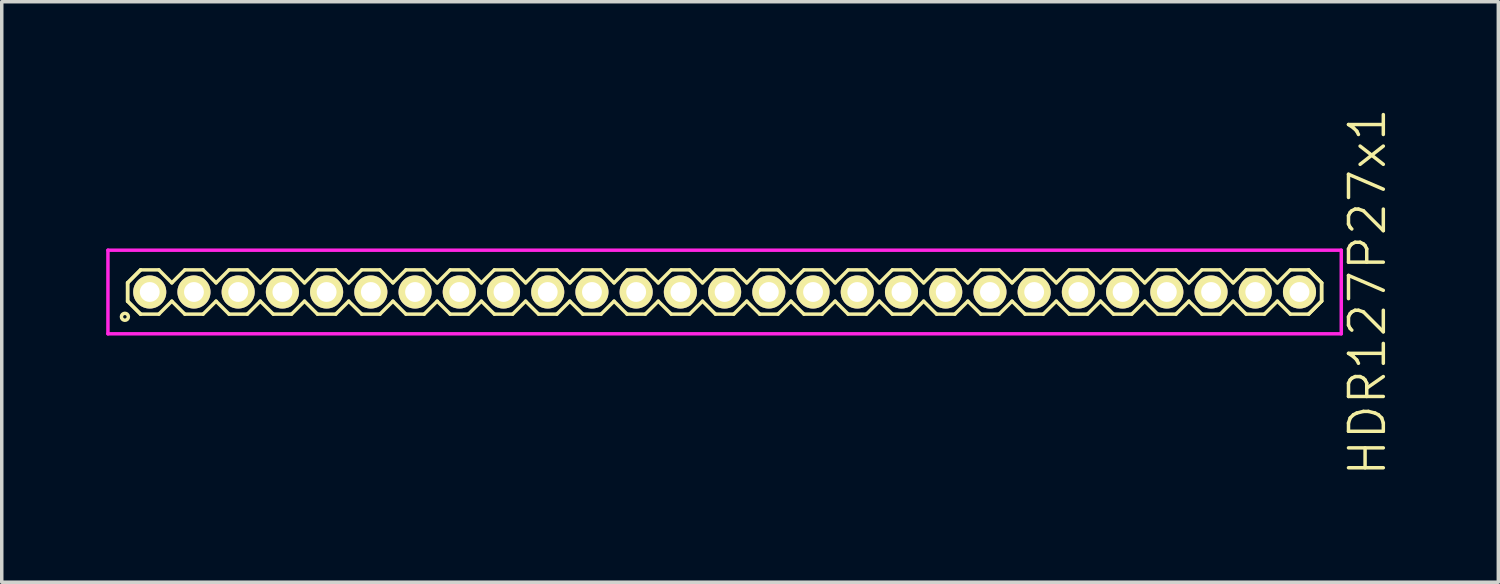
<source format=kicad_pcb>
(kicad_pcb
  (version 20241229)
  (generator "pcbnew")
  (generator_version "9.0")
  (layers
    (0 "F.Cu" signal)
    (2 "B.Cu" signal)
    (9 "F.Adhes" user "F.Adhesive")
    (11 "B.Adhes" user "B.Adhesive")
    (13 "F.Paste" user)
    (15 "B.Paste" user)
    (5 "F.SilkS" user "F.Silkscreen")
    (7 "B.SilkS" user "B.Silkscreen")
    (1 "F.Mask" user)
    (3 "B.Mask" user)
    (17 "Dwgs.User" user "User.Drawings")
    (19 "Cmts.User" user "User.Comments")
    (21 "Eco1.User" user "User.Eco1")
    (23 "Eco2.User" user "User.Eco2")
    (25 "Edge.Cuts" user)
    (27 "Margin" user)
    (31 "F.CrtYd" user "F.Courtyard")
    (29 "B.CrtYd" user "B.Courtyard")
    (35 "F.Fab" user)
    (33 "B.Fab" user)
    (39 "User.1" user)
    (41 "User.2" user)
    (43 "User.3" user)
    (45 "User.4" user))
  (footprint "HDR127P27x1"
    (layer "F.Cu")
    (at 17.76 5.336)
    (property "Reference" "HDR127P27x1" (at 18.46 0 90) (layer "F.SilkS") (effects (font (size 1 1) (thickness 0.1))))
    (attr through_hole)
    (fp_line (start -17.145 -0.263) (end -16.773 -0.635) (stroke (width 0.1) (type solid)) (layer "F.SilkS"))
    (fp_line (start -17.145 -0.263) (end -16.773 -0.635) (stroke (width 0.1) (type solid)) (layer "F.SilkS"))
    (fp_line (start -17.145 0.263) (end -17.145 -0.263) (stroke (width 0.1) (type solid)) (layer "F.SilkS"))
    (fp_line (start -17.145 0.263) (end -17.145 -0.263) (stroke (width 0.1) (type solid)) (layer "F.SilkS"))
    (fp_line (start -16.773 -0.635) (end -16.247 -0.635) (stroke (width 0.1) (type solid)) (layer "F.SilkS"))
    (fp_line (start -16.773 0.635) (end -17.145 0.263) (stroke (width 0.1) (type solid)) (layer "F.SilkS"))
    (fp_line (start -16.773 0.635) (end -17.145 0.263) (stroke (width 0.1) (type solid)) (layer "F.SilkS"))
    (fp_line (start -16.247 -0.635) (end -15.875 -0.263) (stroke (width 0.1) (type solid)) (layer "F.SilkS"))
    (fp_line (start -16.247 0.635) (end -16.773 0.635) (stroke (width 0.1) (type solid)) (layer "F.SilkS"))
    (fp_line (start -15.875 -0.263) (end -15.503 -0.635) (stroke (width 0.1) (type solid)) (layer "F.SilkS"))
    (fp_line (start -15.875 0.263) (end -16.247 0.635) (stroke (width 0.1) (type solid)) (layer "F.SilkS"))
    (fp_line (start -15.503 -0.635) (end -14.977 -0.635) (stroke (width 0.1) (type solid)) (layer "F.SilkS"))
    (fp_line (start -15.503 0.635) (end -15.875 0.263) (stroke (width 0.1) (type solid)) (layer "F.SilkS"))
    (fp_line (start -14.977 -0.635) (end -14.605 -0.263) (stroke (width 0.1) (type solid)) (layer "F.SilkS"))
    (fp_line (start -14.977 0.635) (end -15.503 0.635) (stroke (width 0.1) (type solid)) (layer "F.SilkS"))
    (fp_line (start -14.605 -0.263) (end -14.233 -0.635) (stroke (width 0.1) (type solid)) (layer "F.SilkS"))
    (fp_line (start -14.605 0.263) (end -14.977 0.635) (stroke (width 0.1) (type solid)) (layer "F.SilkS"))
    (fp_line (start -14.233 -0.635) (end -13.707 -0.635) (stroke (width 0.1) (type solid)) (layer "F.SilkS"))
    (fp_line (start -14.233 0.635) (end -14.605 0.263) (stroke (width 0.1) (type solid)) (layer "F.SilkS"))
    (fp_line (start -13.707 -0.635) (end -13.335 -0.263) (stroke (width 0.1) (type solid)) (layer "F.SilkS"))
    (fp_line (start -13.707 0.635) (end -14.233 0.635) (stroke (width 0.1) (type solid)) (layer "F.SilkS"))
    (fp_line (start -13.335 -0.263) (end -12.963 -0.635) (stroke (width 0.1) (type solid)) (layer "F.SilkS"))
    (fp_line (start -13.335 0.263) (end -13.707 0.635) (stroke (width 0.1) (type solid)) (layer "F.SilkS"))
    (fp_line (start -12.963 -0.635) (end -12.437 -0.635) (stroke (width 0.1) (type solid)) (layer "F.SilkS"))
    (fp_line (start -12.963 0.635) (end -13.335 0.263) (stroke (width 0.1) (type solid)) (layer "F.SilkS"))
    (fp_line (start -12.437 -0.635) (end -12.065 -0.263) (stroke (width 0.1) (type solid)) (layer "F.SilkS"))
    (fp_line (start -12.437 0.635) (end -12.963 0.635) (stroke (width 0.1) (type solid)) (layer "F.SilkS"))
    (fp_line (start -12.065 -0.263) (end -11.693 -0.635) (stroke (width 0.1) (type solid)) (layer "F.SilkS"))
    (fp_line (start -12.065 0.263) (end -12.437 0.635) (stroke (width 0.1) (type solid)) (layer "F.SilkS"))
    (fp_line (start -11.693 -0.635) (end -11.167 -0.635) (stroke (width 0.1) (type solid)) (layer "F.SilkS"))
    (fp_line (start -11.693 0.635) (end -12.065 0.263) (stroke (width 0.1) (type solid)) (layer "F.SilkS"))
    (fp_line (start -11.167 -0.635) (end -10.795 -0.263) (stroke (width 0.1) (type solid)) (layer "F.SilkS"))
    (fp_line (start -11.167 0.635) (end -11.693 0.635) (stroke (width 0.1) (type solid)) (layer "F.SilkS"))
    (fp_line (start -10.795 -0.263) (end -10.423 -0.635) (stroke (width 0.1) (type solid)) (layer "F.SilkS"))
    (fp_line (start -10.795 0.263) (end -11.167 0.635) (stroke (width 0.1) (type solid)) (layer "F.SilkS"))
    (fp_line (start -10.423 -0.635) (end -9.897 -0.635) (stroke (width 0.1) (type solid)) (layer "F.SilkS"))
    (fp_line (start -10.423 0.635) (end -10.795 0.263) (stroke (width 0.1) (type solid)) (layer "F.SilkS"))
    (fp_line (start -9.897 -0.635) (end -9.525 -0.263) (stroke (width 0.1) (type solid)) (layer "F.SilkS"))
    (fp_line (start -9.897 0.635) (end -10.423 0.635) (stroke (width 0.1) (type solid)) (layer "F.SilkS"))
    (fp_line (start -9.525 -0.263) (end -9.153 -0.635) (stroke (width 0.1) (type solid)) (layer "F.SilkS"))
    (fp_line (start -9.525 0.263) (end -9.897 0.635) (stroke (width 0.1) (type solid)) (layer "F.SilkS"))
    (fp_line (start -9.153 -0.635) (end -8.627 -0.635) (stroke (width 0.1) (type solid)) (layer "F.SilkS"))
    (fp_line (start -9.153 0.635) (end -9.525 0.263) (stroke (width 0.1) (type solid)) (layer "F.SilkS"))
    (fp_line (start -8.627 -0.635) (end -8.255 -0.263) (stroke (width 0.1) (type solid)) (layer "F.SilkS"))
    (fp_line (start -8.627 0.635) (end -9.153 0.635) (stroke (width 0.1) (type solid)) (layer "F.SilkS"))
    (fp_line (start -8.255 -0.263) (end -7.883 -0.635) (stroke (width 0.1) (type solid)) (layer "F.SilkS"))
    (fp_line (start -8.255 0.263) (end -8.627 0.635) (stroke (width 0.1) (type solid)) (layer "F.SilkS"))
    (fp_line (start -7.883 -0.635) (end -7.357 -0.635) (stroke (width 0.1) (type solid)) (layer "F.SilkS"))
    (fp_line (start -7.883 0.635) (end -8.255 0.263) (stroke (width 0.1) (type solid)) (layer "F.SilkS"))
    (fp_line (start -7.357 -0.635) (end -6.985 -0.263) (stroke (width 0.1) (type solid)) (layer "F.SilkS"))
    (fp_line (start -7.357 0.635) (end -7.883 0.635) (stroke (width 0.1) (type solid)) (layer "F.SilkS"))
    (fp_line (start -6.985 -0.263) (end -6.613 -0.635) (stroke (width 0.1) (type solid)) (layer "F.SilkS"))
    (fp_line (start -6.985 0.263) (end -7.357 0.635) (stroke (width 0.1) (type solid)) (layer "F.SilkS"))
    (fp_line (start -6.613 -0.635) (end -6.087 -0.635) (stroke (width 0.1) (type solid)) (layer "F.SilkS"))
    (fp_line (start -6.613 0.635) (end -6.985 0.263) (stroke (width 0.1) (type solid)) (layer "F.SilkS"))
    (fp_line (start -6.087 -0.635) (end -5.715 -0.263) (stroke (width 0.1) (type solid)) (layer "F.SilkS"))
    (fp_line (start -6.087 0.635) (end -6.613 0.635) (stroke (width 0.1) (type solid)) (layer "F.SilkS"))
    (fp_line (start -5.715 -0.263) (end -5.343 -0.635) (stroke (width 0.1) (type solid)) (layer "F.SilkS"))
    (fp_line (start -5.715 0.263) (end -6.087 0.635) (stroke (width 0.1) (type solid)) (layer "F.SilkS"))
    (fp_line (start -5.343 -0.635) (end -4.817 -0.635) (stroke (width 0.1) (type solid)) (layer "F.SilkS"))
    (fp_line (start -5.343 0.635) (end -5.715 0.263) (stroke (width 0.1) (type solid)) (layer "F.SilkS"))
    (fp_line (start -4.817 -0.635) (end -4.445 -0.263) (stroke (width 0.1) (type solid)) (layer "F.SilkS"))
    (fp_line (start -4.817 0.635) (end -5.343 0.635) (stroke (width 0.1) (type solid)) (layer "F.SilkS"))
    (fp_line (start -4.445 -0.263) (end -4.073 -0.635) (stroke (width 0.1) (type solid)) (layer "F.SilkS"))
    (fp_line (start -4.445 0.263) (end -4.817 0.635) (stroke (width 0.1) (type solid)) (layer "F.SilkS"))
    (fp_line (start -4.073 -0.635) (end -3.547 -0.635) (stroke (width 0.1) (type solid)) (layer "F.SilkS"))
    (fp_line (start -4.073 0.635) (end -4.445 0.263) (stroke (width 0.1) (type solid)) (layer "F.SilkS"))
    (fp_line (start -3.547 -0.635) (end -3.175 -0.263) (stroke (width 0.1) (type solid)) (layer "F.SilkS"))
    (fp_line (start -3.547 0.635) (end -4.073 0.635) (stroke (width 0.1) (type solid)) (layer "F.SilkS"))
    (fp_line (start -3.175 -0.263) (end -2.803 -0.635) (stroke (width 0.1) (type solid)) (layer "F.SilkS"))
    (fp_line (start -3.175 0.263) (end -3.547 0.635) (stroke (width 0.1) (type solid)) (layer "F.SilkS"))
    (fp_line (start -2.803 -0.635) (end -2.277 -0.635) (stroke (width 0.1) (type solid)) (layer "F.SilkS"))
    (fp_line (start -2.803 0.635) (end -3.175 0.263) (stroke (width 0.1) (type solid)) (layer "F.SilkS"))
    (fp_line (start -2.277 -0.635) (end -1.905 -0.263) (stroke (width 0.1) (type solid)) (layer "F.SilkS"))
    (fp_line (start -2.277 0.635) (end -2.803 0.635) (stroke (width 0.1) (type solid)) (layer "F.SilkS"))
    (fp_line (start -1.905 -0.263) (end -1.533 -0.635) (stroke (width 0.1) (type solid)) (layer "F.SilkS"))
    (fp_line (start -1.905 0.263) (end -2.277 0.635) (stroke (width 0.1) (type solid)) (layer "F.SilkS"))
    (fp_line (start -1.533 -0.635) (end -1.007 -0.635) (stroke (width 0.1) (type solid)) (layer "F.SilkS"))
    (fp_line (start -1.533 0.635) (end -1.905 0.263) (stroke (width 0.1) (type solid)) (layer "F.SilkS"))
    (fp_line (start -1.007 -0.635) (end -0.635 -0.263) (stroke (width 0.1) (type solid)) (layer "F.SilkS"))
    (fp_line (start -1.007 0.635) (end -1.533 0.635) (stroke (width 0.1) (type solid)) (layer "F.SilkS"))
    (fp_line (start -0.635 -0.263) (end -0.263 -0.635) (stroke (width 0.1) (type solid)) (layer "F.SilkS"))
    (fp_line (start -0.635 0.263) (end -1.007 0.635) (stroke (width 0.1) (type solid)) (layer "F.SilkS"))
    (fp_line (start -0.263 -0.635) (end 0.263 -0.635) (stroke (width 0.1) (type solid)) (layer "F.SilkS"))
    (fp_line (start -0.263 0.635) (end -0.635 0.263) (stroke (width 0.1) (type solid)) (layer "F.SilkS"))
    (fp_line (start 0.263 -0.635) (end 0.635 -0.263) (stroke (width 0.1) (type solid)) (layer "F.SilkS"))
    (fp_line (start 0.263 0.635) (end -0.263 0.635) (stroke (width 0.1) (type solid)) (layer "F.SilkS"))
    (fp_line (start 0.635 -0.263) (end 1.007 -0.635) (stroke (width 0.1) (type solid)) (layer "F.SilkS"))
    (fp_line (start 0.635 0.263) (end 0.263 0.635) (stroke (width 0.1) (type solid)) (layer "F.SilkS"))
    (fp_line (start 1.007 -0.635) (end 1.533 -0.635) (stroke (width 0.1) (type solid)) (layer "F.SilkS"))
    (fp_line (start 1.007 0.635) (end 0.635 0.263) (stroke (width 0.1) (type solid)) (layer "F.SilkS"))
    (fp_line (start 1.533 -0.635) (end 1.905 -0.263) (stroke (width 0.1) (type solid)) (layer "F.SilkS"))
    (fp_line (start 1.533 0.635) (end 1.007 0.635) (stroke (width 0.1) (type solid)) (layer "F.SilkS"))
    (fp_line (start 1.905 -0.263) (end 2.277 -0.635) (stroke (width 0.1) (type solid)) (layer "F.SilkS"))
    (fp_line (start 1.905 0.263) (end 1.533 0.635) (stroke (width 0.1) (type solid)) (layer "F.SilkS"))
    (fp_line (start 2.277 -0.635) (end 2.803 -0.635) (stroke (width 0.1) (type solid)) (layer "F.SilkS"))
    (fp_line (start 2.277 0.635) (end 1.905 0.263) (stroke (width 0.1) (type solid)) (layer "F.SilkS"))
    (fp_line (start 2.803 -0.635) (end 3.175 -0.263) (stroke (width 0.1) (type solid)) (layer "F.SilkS"))
    (fp_line (start 2.803 0.635) (end 2.277 0.635) (stroke (width 0.1) (type solid)) (layer "F.SilkS"))
    (fp_line (start 3.175 -0.263) (end 3.547 -0.635) (stroke (width 0.1) (type solid)) (layer "F.SilkS"))
    (fp_line (start 3.175 0.263) (end 2.803 0.635) (stroke (width 0.1) (type solid)) (layer "F.SilkS"))
    (fp_line (start 3.547 -0.635) (end 4.073 -0.635) (stroke (width 0.1) (type solid)) (layer "F.SilkS"))
    (fp_line (start 3.547 0.635) (end 3.175 0.263) (stroke (width 0.1) (type solid)) (layer "F.SilkS"))
    (fp_line (start 4.073 -0.635) (end 4.445 -0.263) (stroke (width 0.1) (type solid)) (layer "F.SilkS"))
    (fp_line (start 4.073 0.635) (end 3.547 0.635) (stroke (width 0.1) (type solid)) (layer "F.SilkS"))
    (fp_line (start 4.445 -0.263) (end 4.817 -0.635) (stroke (width 0.1) (type solid)) (layer "F.SilkS"))
    (fp_line (start 4.445 0.263) (end 4.073 0.635) (stroke (width 0.1) (type solid)) (layer "F.SilkS"))
    (fp_line (start 4.817 -0.635) (end 5.343 -0.635) (stroke (width 0.1) (type solid)) (layer "F.SilkS"))
    (fp_line (start 4.817 0.635) (end 4.445 0.263) (stroke (width 0.1) (type solid)) (layer "F.SilkS"))
    (fp_line (start 5.343 -0.635) (end 5.715 -0.263) (stroke (width 0.1) (type solid)) (layer "F.SilkS"))
    (fp_line (start 5.343 0.635) (end 4.817 0.635) (stroke (width 0.1) (type solid)) (layer "F.SilkS"))
    (fp_line (start 5.715 -0.263) (end 6.087 -0.635) (stroke (width 0.1) (type solid)) (layer "F.SilkS"))
    (fp_line (start 5.715 0.263) (end 5.343 0.635) (stroke (width 0.1) (type solid)) (layer "F.SilkS"))
    (fp_line (start 6.087 -0.635) (end 6.613 -0.635) (stroke (width 0.1) (type solid)) (layer "F.SilkS"))
    (fp_line (start 6.087 0.635) (end 5.715 0.263) (stroke (width 0.1) (type solid)) (layer "F.SilkS"))
    (fp_line (start 6.613 -0.635) (end 6.985 -0.263) (stroke (width 0.1) (type solid)) (layer "F.SilkS"))
    (fp_line (start 6.613 0.635) (end 6.087 0.635) (stroke (width 0.1) (type solid)) (layer "F.SilkS"))
    (fp_line (start 6.985 -0.263) (end 7.357 -0.635) (stroke (width 0.1) (type solid)) (layer "F.SilkS"))
    (fp_line (start 6.985 0.263) (end 6.613 0.635) (stroke (width 0.1) (type solid)) (layer "F.SilkS"))
    (fp_line (start 7.357 -0.635) (end 7.883 -0.635) (stroke (width 0.1) (type solid)) (layer "F.SilkS"))
    (fp_line (start 7.357 0.635) (end 6.985 0.263) (stroke (width 0.1) (type solid)) (layer "F.SilkS"))
    (fp_line (start 7.883 -0.635) (end 8.255 -0.263) (stroke (width 0.1) (type solid)) (layer "F.SilkS"))
    (fp_line (start 7.883 0.635) (end 7.357 0.635) (stroke (width 0.1) (type solid)) (layer "F.SilkS"))
    (fp_line (start 8.255 -0.263) (end 8.627 -0.635) (stroke (width 0.1) (type solid)) (layer "F.SilkS"))
    (fp_line (start 8.255 0.263) (end 7.883 0.635) (stroke (width 0.1) (type solid)) (layer "F.SilkS"))
    (fp_line (start 8.627 -0.635) (end 9.153 -0.635) (stroke (width 0.1) (type solid)) (layer "F.SilkS"))
    (fp_line (start 8.627 0.635) (end 8.255 0.263) (stroke (width 0.1) (type solid)) (layer "F.SilkS"))
    (fp_line (start 9.153 -0.635) (end 9.525 -0.263) (stroke (width 0.1) (type solid)) (layer "F.SilkS"))
    (fp_line (start 9.153 0.635) (end 8.627 0.635) (stroke (width 0.1) (type solid)) (layer "F.SilkS"))
    (fp_line (start 9.525 -0.263) (end 9.897 -0.635) (stroke (width 0.1) (type solid)) (layer "F.SilkS"))
    (fp_line (start 9.525 0.263) (end 9.153 0.635) (stroke (width 0.1) (type solid)) (layer "F.SilkS"))
    (fp_line (start 9.897 -0.635) (end 10.423 -0.635) (stroke (width 0.1) (type solid)) (layer "F.SilkS"))
    (fp_line (start 9.897 0.635) (end 9.525 0.263) (stroke (width 0.1) (type solid)) (layer "F.SilkS"))
    (fp_line (start 10.423 -0.635) (end 10.795 -0.263) (stroke (width 0.1) (type solid)) (layer "F.SilkS"))
    (fp_line (start 10.423 0.635) (end 9.897 0.635) (stroke (width 0.1) (type solid)) (layer "F.SilkS"))
    (fp_line (start 10.795 -0.263) (end 11.167 -0.635) (stroke (width 0.1) (type solid)) (layer "F.SilkS"))
    (fp_line (start 10.795 0.263) (end 10.423 0.635) (stroke (width 0.1) (type solid)) (layer "F.SilkS"))
    (fp_line (start 11.167 -0.635) (end 11.693 -0.635) (stroke (width 0.1) (type solid)) (layer "F.SilkS"))
    (fp_line (start 11.167 0.635) (end 10.795 0.263) (stroke (width 0.1) (type solid)) (layer "F.SilkS"))
    (fp_line (start 11.693 -0.635) (end 12.065 -0.263) (stroke (width 0.1) (type solid)) (layer "F.SilkS"))
    (fp_line (start 11.693 0.635) (end 11.167 0.635) (stroke (width 0.1) (type solid)) (layer "F.SilkS"))
    (fp_line (start 12.065 -0.263) (end 12.437 -0.635) (stroke (width 0.1) (type solid)) (layer "F.SilkS"))
    (fp_line (start 12.065 0.263) (end 11.693 0.635) (stroke (width 0.1) (type solid)) (layer "F.SilkS"))
    (fp_line (start 12.437 -0.635) (end 12.963 -0.635) (stroke (width 0.1) (type solid)) (layer "F.SilkS"))
    (fp_line (start 12.437 0.635) (end 12.065 0.263) (stroke (width 0.1) (type solid)) (layer "F.SilkS"))
    (fp_line (start 12.963 -0.635) (end 13.335 -0.263) (stroke (width 0.1) (type solid)) (layer "F.SilkS"))
    (fp_line (start 12.963 0.635) (end 12.437 0.635) (stroke (width 0.1) (type solid)) (layer "F.SilkS"))
    (fp_line (start 13.335 -0.263) (end 13.707 -0.635) (stroke (width 0.1) (type solid)) (layer "F.SilkS"))
    (fp_line (start 13.335 0.263) (end 12.963 0.635) (stroke (width 0.1) (type solid)) (layer "F.SilkS"))
    (fp_line (start 13.707 -0.635) (end 14.233 -0.635) (stroke (width 0.1) (type solid)) (layer "F.SilkS"))
    (fp_line (start 13.707 0.635) (end 13.335 0.263) (stroke (width 0.1) (type solid)) (layer "F.SilkS"))
    (fp_line (start 14.233 -0.635) (end 14.605 -0.263) (stroke (width 0.1) (type solid)) (layer "F.SilkS"))
    (fp_line (start 14.233 0.635) (end 13.707 0.635) (stroke (width 0.1) (type solid)) (layer "F.SilkS"))
    (fp_line (start 14.605 -0.263) (end 14.977 -0.635) (stroke (width 0.1) (type solid)) (layer "F.SilkS"))
    (fp_line (start 14.605 0.263) (end 14.233 0.635) (stroke (width 0.1) (type solid)) (layer "F.SilkS"))
    (fp_line (start 14.977 -0.635) (end 15.503 -0.635) (stroke (width 0.1) (type solid)) (layer "F.SilkS"))
    (fp_line (start 14.977 0.635) (end 14.605 0.263) (stroke (width 0.1) (type solid)) (layer "F.SilkS"))
    (fp_line (start 15.503 -0.635) (end 15.875 -0.263) (stroke (width 0.1) (type solid)) (layer "F.SilkS"))
    (fp_line (start 15.503 0.635) (end 14.977 0.635) (stroke (width 0.1) (type solid)) (layer "F.SilkS"))
    (fp_line (start 15.875 -0.263) (end 16.247 -0.635) (stroke (width 0.1) (type solid)) (layer "F.SilkS"))
    (fp_line (start 15.875 0.263) (end 15.503 0.635) (stroke (width 0.1) (type solid)) (layer "F.SilkS"))
    (fp_line (start 16.247 -0.635) (end 16.773 -0.635) (stroke (width 0.1) (type solid)) (layer "F.SilkS"))
    (fp_line (start 16.247 0.635) (end 15.875 0.263) (stroke (width 0.1) (type solid)) (layer "F.SilkS"))
    (fp_line (start 16.773 -0.635) (end 17.145 -0.263) (stroke (width 0.1) (type solid)) (layer "F.SilkS"))
    (fp_line (start 16.773 -0.635) (end 17.145 -0.263) (stroke (width 0.1) (type solid)) (layer "F.SilkS"))
    (fp_line (start 16.773 0.635) (end 16.247 0.635) (stroke (width 0.1) (type solid)) (layer "F.SilkS"))
    (fp_line (start 17.145 -0.263) (end 17.145 0.263) (stroke (width 0.1) (type solid)) (layer "F.SilkS"))
    (fp_line (start 17.145 -0.263) (end 17.145 0.263) (stroke (width 0.1) (type solid)) (layer "F.SilkS"))
    (fp_line (start 17.145 0.263) (end 16.773 0.635) (stroke (width 0.1) (type solid)) (layer "F.SilkS"))
    (fp_line (start 17.145 0.263) (end 16.773 0.635) (stroke (width 0.1) (type solid)) (layer "F.SilkS"))
    (fp_circle (center -17.223 0.712) (end -17.123 0.712) (stroke (width 0.1) (type solid)) (fill no) (layer "F.SilkS"))
    (fp_line (start -17.71 -1.2) (end -17.71 1.2) (stroke (width 0.1) (type solid)) (layer "F.CrtYd"))
    (fp_line (start -17.71 1.2) (end 17.71 1.2) (stroke (width 0.1) (type solid)) (layer "F.CrtYd"))
    (fp_line (start 17.71 -1.2) (end -17.71 -1.2) (stroke (width 0.1) (type solid)) (layer "F.CrtYd"))
    (fp_line (start 17.71 1.2) (end 17.71 -1.2) (stroke (width 0.1) (type solid)) (layer "F.CrtYd"))
    (pad "1" thru_hole oval (at -16.51 0) (size 0.95 0.95) (drill 0.57) (layers "*.Cu" "*.Mask" "F.SilkS"))
    (pad "2" thru_hole oval (at -15.24 0) (size 0.95 0.95) (drill 0.57) (layers "*.Cu" "*.Mask" "F.SilkS"))
    (pad "3" thru_hole oval (at -13.97 0) (size 0.95 0.95) (drill 0.57) (layers "*.Cu" "*.Mask" "F.SilkS"))
    (pad "4" thru_hole oval (at -12.7 0) (size 0.95 0.95) (drill 0.57) (layers "*.Cu" "*.Mask" "F.SilkS"))
    (pad "5" thru_hole oval (at -11.43 0) (size 0.95 0.95) (drill 0.57) (layers "*.Cu" "*.Mask" "F.SilkS"))
    (pad "6" thru_hole oval (at -10.16 0) (size 0.95 0.95) (drill 0.57) (layers "*.Cu" "*.Mask" "F.SilkS"))
    (pad "7" thru_hole oval (at -8.89 0) (size 0.95 0.95) (drill 0.57) (layers "*.Cu" "*.Mask" "F.SilkS"))
    (pad "8" thru_hole oval (at -7.62 0) (size 0.95 0.95) (drill 0.57) (layers "*.Cu" "*.Mask" "F.SilkS"))
    (pad "9" thru_hole oval (at -6.35 0) (size 0.95 0.95) (drill 0.57) (layers "*.Cu" "*.Mask" "F.SilkS"))
    (pad "10" thru_hole oval (at -5.08 0) (size 0.95 0.95) (drill 0.57) (layers "*.Cu" "*.Mask" "F.SilkS"))
    (pad "11" thru_hole oval (at -3.81 0) (size 0.95 0.95) (drill 0.57) (layers "*.Cu" "*.Mask" "F.SilkS"))
    (pad "12" thru_hole oval (at -2.54 0) (size 0.95 0.95) (drill 0.57) (layers "*.Cu" "*.Mask" "F.SilkS"))
    (pad "13" thru_hole oval (at -1.27 0) (size 0.95 0.95) (drill 0.57) (layers "*.Cu" "*.Mask" "F.SilkS"))
    (pad "14" thru_hole oval (at 0 0) (size 0.95 0.95) (drill 0.57) (layers "*.Cu" "*.Mask" "F.SilkS"))
    (pad "15" thru_hole oval (at 1.27 0) (size 0.95 0.95) (drill 0.57) (layers "*.Cu" "*.Mask" "F.SilkS"))
    (pad "16" thru_hole oval (at 2.54 0) (size 0.95 0.95) (drill 0.57) (layers "*.Cu" "*.Mask" "F.SilkS"))
    (pad "17" thru_hole oval (at 3.81 0) (size 0.95 0.95) (drill 0.57) (layers "*.Cu" "*.Mask" "F.SilkS"))
    (pad "18" thru_hole oval (at 5.08 0) (size 0.95 0.95) (drill 0.57) (layers "*.Cu" "*.Mask" "F.SilkS"))
    (pad "19" thru_hole oval (at 6.35 0) (size 0.95 0.95) (drill 0.57) (layers "*.Cu" "*.Mask" "F.SilkS"))
    (pad "20" thru_hole oval (at 7.62 0) (size 0.95 0.95) (drill 0.57) (layers "*.Cu" "*.Mask" "F.SilkS"))
    (pad "21" thru_hole oval (at 8.89 0) (size 0.95 0.95) (drill 0.57) (layers "*.Cu" "*.Mask" "F.SilkS"))
    (pad "22" thru_hole oval (at 10.16 0) (size 0.95 0.95) (drill 0.57) (layers "*.Cu" "*.Mask" "F.SilkS"))
    (pad "23" thru_hole oval (at 11.43 0) (size 0.95 0.95) (drill 0.57) (layers "*.Cu" "*.Mask" "F.SilkS"))
    (pad "24" thru_hole oval (at 12.7 0) (size 0.95 0.95) (drill 0.57) (layers "*.Cu" "*.Mask" "F.SilkS"))
    (pad "25" thru_hole oval (at 13.97 0) (size 0.95 0.95) (drill 0.57) (layers "*.Cu" "*.Mask" "F.SilkS"))
    (pad "26" thru_hole oval (at 15.24 0) (size 0.95 0.95) (drill 0.57) (layers "*.Cu" "*.Mask" "F.SilkS"))
    (pad "27" thru_hole oval (at 16.51 0) (size 0.95 0.95) (drill 0.57) (layers "*.Cu" "*.Mask" "F.SilkS")))
  (gr_rect
    (start -3 -3)
    (end 39.98 13.671)
    (stroke (width 0.1) (type default))
    (fill no)
    (layer "Edge.Cuts")))
</source>
